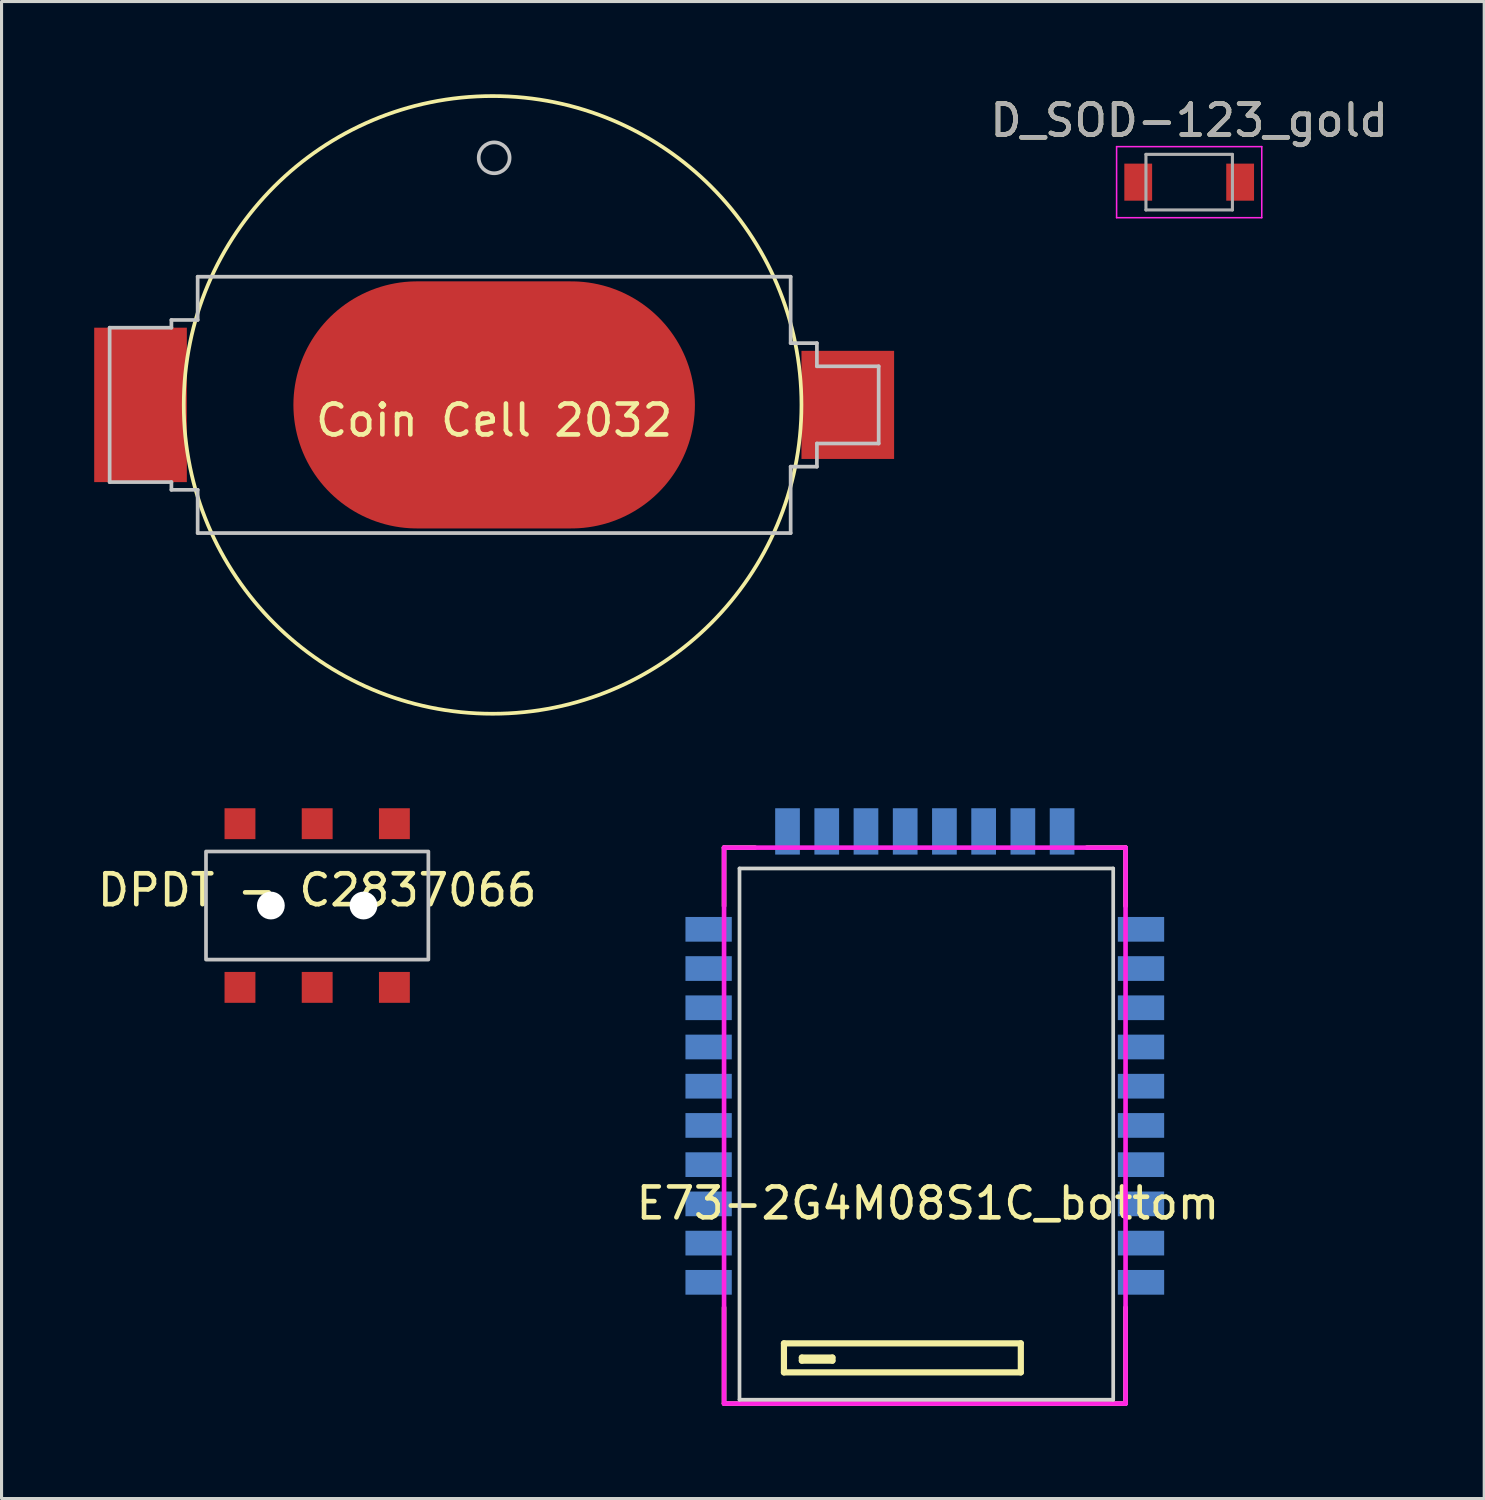
<source format=kicad_pcb>
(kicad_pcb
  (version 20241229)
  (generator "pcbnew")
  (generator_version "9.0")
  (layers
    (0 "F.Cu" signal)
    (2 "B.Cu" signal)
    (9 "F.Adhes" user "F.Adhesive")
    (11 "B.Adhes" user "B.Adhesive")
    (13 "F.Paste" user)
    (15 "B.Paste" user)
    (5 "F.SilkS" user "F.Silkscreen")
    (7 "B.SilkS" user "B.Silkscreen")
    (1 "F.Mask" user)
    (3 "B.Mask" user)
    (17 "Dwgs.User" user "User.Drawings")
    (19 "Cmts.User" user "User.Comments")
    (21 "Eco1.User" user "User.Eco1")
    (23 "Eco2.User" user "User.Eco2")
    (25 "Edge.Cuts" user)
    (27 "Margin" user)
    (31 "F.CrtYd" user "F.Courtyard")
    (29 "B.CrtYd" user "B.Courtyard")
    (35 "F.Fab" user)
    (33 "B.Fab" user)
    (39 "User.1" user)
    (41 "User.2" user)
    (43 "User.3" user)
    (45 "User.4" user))
  (footprint "DPDT - C2837066"
    (layer "F.Cu")
    (at 7.22 26.27)
    (property "Reference" "DPDT - C2837066" (at 0 -0.5 0) (unlocked yes) (layer "F.SilkS") (effects (font (size 1 1) (thickness 0.15))))
    (attr smd)
    (fp_rect (start -3.6 -1.75) (end 3.6 1.75) (stroke (width 0.12) (type solid)) (fill no) (layer "Dwgs.User"))
    (pad "" np_thru_hole circle (at -1.5 0) (size 0.9 0.9) (drill 0.9) (layers "*.Cu" "*.Mask"))
    (pad "" np_thru_hole circle (at 1.5 0) (size 0.9 0.9) (drill 0.9) (layers "*.Cu" "*.Mask"))
    (pad "1" smd rect (at -2.5 -2.65) (size 1 1) (layers "F.Cu" "F.Mask" "F.Paste"))
    (pad "2" smd rect (at 0 -2.65) (size 1 1) (layers "F.Cu" "F.Mask" "F.Paste"))
    (pad "3" smd rect (at 2.5 -2.65) (size 1 1) (layers "F.Cu" "F.Mask" "F.Paste"))
    (pad "4" smd rect (at -2.5 2.65) (size 1 1) (layers "F.Cu" "F.Mask" "F.Paste"))
    (pad "5" smd rect (at 0 2.65) (size 1 1) (layers "F.Cu" "F.Mask" "F.Paste"))
    (pad "6" smd rect (at 2.5 2.65) (size 1 1) (layers "F.Cu" "F.Mask" "F.Paste")))
  (footprint "D_SOD-123_gold"
    (layer "F.Cu")
    (at 35.454 2.848)
    (property "Reference" "D_SOD-123_gold" (at 0 -2 0) (layer "F.SilkS") (effects (font (size 1 1) (thickness 0.15))))
    (attr smd)
    (fp_line (start -2.35 -1.15) (end -2.35 1.15) (stroke (width 0.05) (type solid)) (layer "F.CrtYd"))
    (fp_line (start -2.35 -1.15) (end 2.35 -1.15) (stroke (width 0.05) (type solid)) (layer "F.CrtYd"))
    (fp_line (start 2.35 -1.15) (end 2.35 1.15) (stroke (width 0.05) (type solid)) (layer "F.CrtYd"))
    (fp_line (start 2.35 1.15) (end -2.35 1.15) (stroke (width 0.05) (type solid)) (layer "F.CrtYd"))
    (fp_line (start -1.4 -0.9) (end 1.4 -0.9) (stroke (width 0.1) (type solid)) (layer "F.Fab"))
    (fp_line (start -1.4 0.9) (end -1.4 -0.9) (stroke (width 0.1) (type solid)) (layer "F.Fab"))
    (fp_line (start 1.4 -0.9) (end 1.4 0.9) (stroke (width 0.1) (type solid)) (layer "F.Fab"))
    (fp_line (start 1.4 0.9) (end -1.4 0.9) (stroke (width 0.1) (type solid)) (layer "F.Fab"))
    (fp_text user "${REFERENCE}" (at 0 -2 0) (layer "F.Fab") (effects (font (size 1 1) (thickness 0.15))))
    (pad "1" smd rect (at -1.65 0) (size 0.9 1.2) (layers "F.Cu" "F.Mask" "F.Paste"))
    (pad "2" smd rect (at 1.65 0) (size 0.9 1.2) (layers "F.Cu" "F.Mask" "F.Paste")))
  (footprint "E73-2G4M08S1C_bottom"
    (layer "F.Cu")
    (at 26.894 31.47)
    (property "Reference" "E73-2G4M08S1C_bottom" (at 0.1 4.44 180) (layer "F.SilkS") (effects (font (size 1 1) (thickness 0.15))))
    (attr through_hole)
    (fp_line (start -6.5 -7.075) (end -5.5 -7.075) (stroke (width 0.15) (type solid)) (layer "F.SilkS"))
    (fp_line (start -6.5 -5.185) (end -6.5 -7.075) (stroke (width 0.15) (type solid)) (layer "F.SilkS"))
    (fp_line (start -6.5 10.925) (end -6.5 7.815) (stroke (width 0.15) (type solid)) (layer "F.SilkS"))
    (fp_line (start -4.561 8.976) (end 3.109 8.976) (stroke (width 0.2) (type solid)) (layer "F.SilkS"))
    (fp_line (start -4.561 9.916) (end -4.561 8.976) (stroke (width 0.2) (type solid)) (layer "F.SilkS"))
    (fp_line (start -3.981 9.436) (end -2.991 9.436) (stroke (width 0.2) (type solid)) (layer "F.SilkS"))
    (fp_line (start -3.981 9.536) (end -3.981 9.436) (stroke (width 0.2) (type solid)) (layer "F.SilkS"))
    (fp_line (start -2.991 9.436) (end -2.991 9.536) (stroke (width 0.2) (type solid)) (layer "F.SilkS"))
    (fp_line (start -2.991 9.536) (end -3.981 9.536) (stroke (width 0.2) (type solid)) (layer "F.SilkS"))
    (fp_line (start 3.109 8.976) (end 3.109 9.916) (stroke (width 0.2) (type solid)) (layer "F.SilkS"))
    (fp_line (start 3.109 9.916) (end -4.561 9.916) (stroke (width 0.2) (type solid)) (layer "F.SilkS"))
    (fp_line (start 5.25 -7.075) (end 6.5 -7.075) (stroke (width 0.15) (type solid)) (layer "F.SilkS"))
    (fp_line (start 6.5 -7.075) (end 6.5 -5.185) (stroke (width 0.15) (type solid)) (layer "F.SilkS"))
    (fp_line (start 6.5 7.815) (end 6.5 10.925) (stroke (width 0.15) (type solid)) (layer "F.SilkS"))
    (fp_line (start 6.5 10.925) (end -6.5 10.925) (stroke (width 0.15) (type solid)) (layer "F.SilkS"))
    (fp_line (start -6 -6.4) (end -6 10.8) (stroke (width 0.12) (type solid)) (layer "Edge.Cuts"))
    (fp_line (start -6 10.8) (end 6.1 10.8) (stroke (width 0.12) (type solid)) (layer "Edge.Cuts"))
    (fp_line (start 6.1 -6.4) (end -6 -6.4) (stroke (width 0.12) (type solid)) (layer "Edge.Cuts"))
    (fp_line (start 6.1 10.8) (end 6.1 -6.4) (stroke (width 0.12) (type solid)) (layer "Edge.Cuts"))
    (fp_line (start -6.5 -7.075) (end -6.5 10.925) (stroke (width 0.15) (type solid)) (layer "F.CrtYd"))
    (fp_line (start -6.5 -7.075) (end 6.5 -7.075) (stroke (width 0.15) (type solid)) (layer "F.CrtYd"))
    (fp_line (start -6.5 10.925) (end 6.5 10.925) (stroke (width 0.15) (type solid)) (layer "F.CrtYd"))
    (fp_line (start 6.5 10.925) (end 6.5 -7.075) (stroke (width 0.15) (type solid)) (layer "F.CrtYd"))
    (pad "1" smd rect (at 7 7 180) (size 1.5 0.8) (layers "B.Cu" "B.Mask" "B.Paste"))
    (pad "2" smd rect (at 7 5.73 180) (size 1.5 0.8) (layers "B.Cu" "B.Mask" "B.Paste"))
    (pad "3" smd rect (at 7 4.46 180) (size 1.5 0.8) (layers "B.Cu" "B.Mask" "B.Paste"))
    (pad "4" smd rect (at 7 3.19 180) (size 1.5 0.8) (layers "B.Cu" "B.Mask" "B.Paste"))
    (pad "5" smd rect (at 7 1.92 180) (size 1.5 0.8) (layers "B.Cu" "B.Mask" "B.Paste"))
    (pad "6" smd rect (at 7 0.65 180) (size 1.5 0.8) (layers "B.Cu" "B.Mask" "B.Paste"))
    (pad "7" smd rect (at 7 -0.62 180) (size 1.5 0.8) (layers "B.Cu" "B.Mask" "B.Paste"))
    (pad "8" smd rect (at 7 -1.89 180) (size 1.5 0.8) (layers "B.Cu" "B.Mask" "B.Paste"))
    (pad "9" smd rect (at 7 -3.16 180) (size 1.5 0.8) (layers "B.Cu" "B.Mask" "B.Paste"))
    (pad "10" smd rect (at 7 -4.43 180) (size 1.5 0.8) (layers "B.Cu" "B.Mask" "B.Paste"))
    (pad "11" smd rect (at 4.445 -7.6 90) (size 1.5 0.8) (layers "B.Cu" "B.Mask" "B.Paste"))
    (pad "13" smd rect (at 3.175 -7.6 90) (size 1.5 0.8) (layers "B.Cu" "B.Mask" "B.Paste"))
    (pad "15" smd rect (at 1.905 -7.6 90) (size 1.5 0.8) (layers "B.Cu" "B.Mask" "B.Paste"))
    (pad "17" smd rect (at 0.635 -7.6 90) (size 1.5 0.8) (layers "B.Cu" "B.Mask" "B.Paste"))
    (pad "19" smd rect (at -0.635 -7.6 90) (size 1.5 0.8) (layers "B.Cu" "B.Mask" "B.Paste"))
    (pad "21" smd rect (at -1.905 -7.6 90) (size 1.5 0.8) (layers "B.Cu" "B.Mask" "B.Paste"))
    (pad "23" smd rect (at -3.175 -7.6 90) (size 1.5 0.8) (layers "B.Cu" "B.Mask" "B.Paste"))
    (pad "25" smd rect (at -4.445 -7.6 90) (size 1.5 0.8) (layers "B.Cu" "B.Mask" "B.Paste"))
    (pad "26" smd rect (at -7 -4.43 180) (size 1.5 0.8) (layers "B.Cu" "B.Mask" "B.Paste"))
    (pad "27" smd rect (at -7 -3.16 180) (size 1.5 0.8) (layers "B.Cu" "B.Mask" "B.Paste"))
    (pad "29" smd rect (at -7 -1.89 180) (size 1.5 0.8) (layers "B.Cu" "B.Mask" "B.Paste"))
    (pad "31" smd rect (at -7 -0.62 180) (size 1.5 0.8) (layers "B.Cu" "B.Mask" "B.Paste"))
    (pad "33" smd rect (at -7 0.65 180) (size 1.5 0.8) (layers "B.Cu" "B.Mask" "B.Paste"))
    (pad "35" smd rect (at -7 1.92 180) (size 1.5 0.8) (layers "B.Cu" "B.Mask" "B.Paste"))
    (pad "37" smd rect (at -7 3.19 180) (size 1.5 0.8) (layers "B.Cu" "B.Mask" "B.Paste"))
    (pad "39" smd rect (at -7 4.46 180) (size 1.5 0.8) (layers "B.Cu" "B.Mask" "B.Paste"))
    (pad "41" smd rect (at -7 5.73 180) (size 1.5 0.8) (layers "B.Cu" "B.Mask" "B.Paste"))
    (pad "43" smd rect (at -7 7 180) (size 1.5 0.8) (layers "B.Cu" "B.Mask" "B.Paste")))
  (footprint "Coin Cell 2032"
    (layer "F.Cu")
    (at 12.95 10.06)
    (property "Reference" "Coin Cell 2032" (at 0 0.5 0) (unlocked yes) (layer "F.SilkS") (effects (font (size 1 1) (thickness 0.15))))
    (attr smd)
    (fp_circle (center -0.05 0) (end -10.05 0) (stroke (width 0.12) (type solid)) (fill no) (layer "F.SilkS"))
    (fp_line (start -12.45 2.5) (end -12.45 -2.5) (stroke (width 0.12) (type solid)) (layer "Dwgs.User"))
    (fp_line (start -10.45 -2.75) (end -9.6 -2.75) (stroke (width 0.12) (type solid)) (layer "Dwgs.User"))
    (fp_line (start -10.45 -2.5) (end -12.45 -2.5) (stroke (width 0.12) (type solid)) (layer "Dwgs.User"))
    (fp_line (start -10.45 -2.5) (end -10.45 -2.75) (stroke (width 0.12) (type solid)) (layer "Dwgs.User"))
    (fp_line (start -10.45 2.5) (end -12.45 2.5) (stroke (width 0.12) (type solid)) (layer "Dwgs.User"))
    (fp_line (start -10.45 2.5) (end -10.45 2.75) (stroke (width 0.12) (type solid)) (layer "Dwgs.User"))
    (fp_line (start -10.45 2.75) (end -9.6 2.75) (stroke (width 0.12) (type solid)) (layer "Dwgs.User"))
    (fp_line (start -9.6 -2.75) (end -9.6 -4.15) (stroke (width 0.12) (type solid)) (layer "Dwgs.User"))
    (fp_line (start -9.6 2.75) (end -9.6 4.15) (stroke (width 0.12) (type solid)) (layer "Dwgs.User"))
    (fp_line (start 9.6 -4.15) (end -9.6 -4.15) (stroke (width 0.12) (type solid)) (layer "Dwgs.User"))
    (fp_line (start 9.6 -2) (end 9.6 -4.15) (stroke (width 0.12) (type solid)) (layer "Dwgs.User"))
    (fp_line (start 9.6 4.15) (end -9.6 4.15) (stroke (width 0.12) (type solid)) (layer "Dwgs.User"))
    (fp_line (start 9.6 4.15) (end 9.6 2) (stroke (width 0.12) (type solid)) (layer "Dwgs.User"))
    (fp_line (start 10.45 -2) (end 9.6 -2) (stroke (width 0.12) (type solid)) (layer "Dwgs.User"))
    (fp_line (start 10.45 -1.25) (end 10.45 -2) (stroke (width 0.12) (type solid)) (layer "Dwgs.User"))
    (fp_line (start 10.45 -1.25) (end 12.45 -1.25) (stroke (width 0.12) (type solid)) (layer "Dwgs.User"))
    (fp_line (start 10.45 1.25) (end 12.45 1.25) (stroke (width 0.12) (type solid)) (layer "Dwgs.User"))
    (fp_line (start 10.45 2) (end 9.6 2) (stroke (width 0.12) (type solid)) (layer "Dwgs.User"))
    (fp_line (start 10.45 2) (end 10.45 1.25) (stroke (width 0.12) (type solid)) (layer "Dwgs.User"))
    (fp_line (start 12.45 1.25) (end 12.45 -1.25) (stroke (width 0.12) (type solid)) (layer "Dwgs.User"))
    (fp_circle (center 0 -8) (end 0.5 -8) (stroke (width 0.12) (type solid)) (fill no) (layer "Dwgs.User"))
    (pad "1" smd rect (at -11.45 0) (size 3 5) (layers "F.Cu" "F.Mask" "F.Paste"))
    (pad "1" smd rect (at 11.45 0) (size 3 3.5) (layers "F.Cu" "F.Mask" "F.Paste"))
    (pad "2" smd oval (at 0 0) (size 13 8) (layers "F.Cu" "F.Mask" "F.Paste")))
  (gr_rect
    (start -3 -3)
    (end 45.007 45.47)
    (stroke (width 0.1) (type default))
    (fill no)
    (layer "Edge.Cuts")))
</source>
